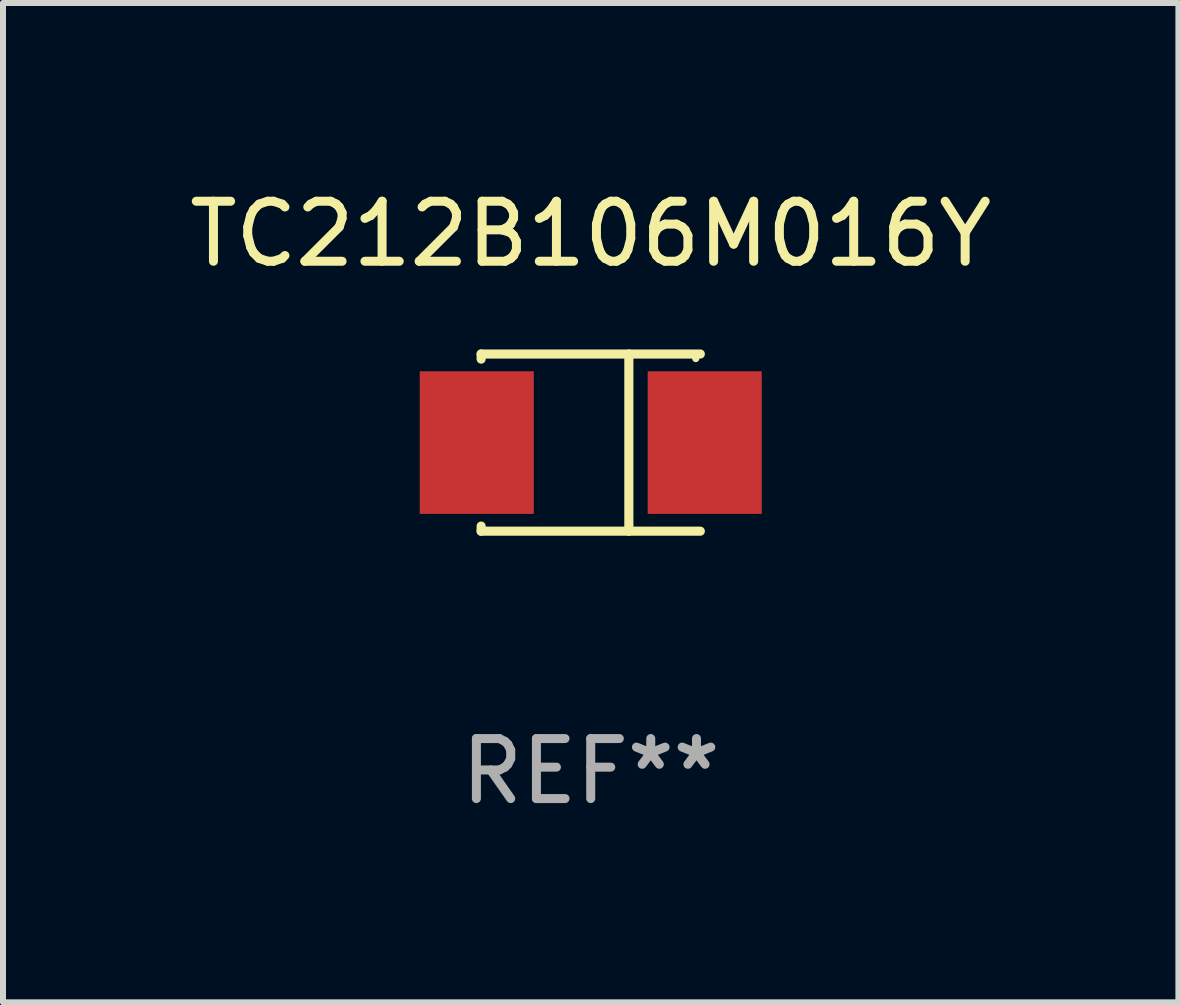
<source format=kicad_pcb>
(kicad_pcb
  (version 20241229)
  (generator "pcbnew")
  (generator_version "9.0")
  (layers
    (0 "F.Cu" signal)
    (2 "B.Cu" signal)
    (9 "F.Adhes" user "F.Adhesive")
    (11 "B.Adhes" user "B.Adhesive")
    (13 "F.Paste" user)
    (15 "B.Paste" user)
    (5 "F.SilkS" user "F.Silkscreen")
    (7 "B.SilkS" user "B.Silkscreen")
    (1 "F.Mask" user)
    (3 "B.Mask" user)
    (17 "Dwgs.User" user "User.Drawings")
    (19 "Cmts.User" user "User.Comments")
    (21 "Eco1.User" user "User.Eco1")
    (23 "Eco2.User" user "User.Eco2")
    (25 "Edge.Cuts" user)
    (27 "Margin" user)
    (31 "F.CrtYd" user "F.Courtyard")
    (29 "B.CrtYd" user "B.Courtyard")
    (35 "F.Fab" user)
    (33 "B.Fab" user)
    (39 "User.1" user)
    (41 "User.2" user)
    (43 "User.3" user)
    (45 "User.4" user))
  (footprint "TC212B106M016Y"
    (layer "F.Cu")
    (at 6.792 4.324)
    (property "Reference" "TC212B106M016Y" (at 0 -3.476 0) (layer "F.SilkS") (effects (font (size 1 1) (thickness 0.15))))
    (attr through_hole)
    (fp_line (start -1.826 -1.476) (end -1.826 -1.391) (stroke (width 0.152) (type solid)) (layer "F.SilkS"))
    (fp_line (start -1.826 -1.476) (end 1.826 -1.476) (stroke (width 0.152) (type solid)) (layer "F.SilkS"))
    (fp_line (start -1.826 1.476) (end -1.826 1.391) (stroke (width 0.152) (type solid)) (layer "F.SilkS"))
    (fp_line (start -1.826 1.476) (end 1.826 1.476) (stroke (width 0.152) (type solid)) (layer "F.SilkS"))
    (fp_line (start 0.635 -1.476) (end 0.635 1.476) (stroke (width 0.152) (type solid)) (layer "F.SilkS"))
    (fp_circle (center 1.75 -1.4) (end 1.78 -1.4) (stroke (width 0.06) (type solid)) (fill no) (layer "F.SilkS"))
    (fp_text user "REF**" (at 0 5.476 0) (layer "F.Fab") (effects (font (size 1 1) (thickness 0.15))))
    (pad "1" smd rect (at 1.899 0) (size 1.9 2.376) (layers "F.Cu" "F.Mask" "F.Paste"))
    (pad "2" smd rect (at -1.899 0) (size 1.9 2.376) (layers "F.Cu" "F.Mask" "F.Paste")))
  (gr_rect
    (start -3 -3)
    (end 16.583 13.649)
    (stroke (width 0.1) (type default))
    (fill no)
    (layer "Edge.Cuts")))
</source>
